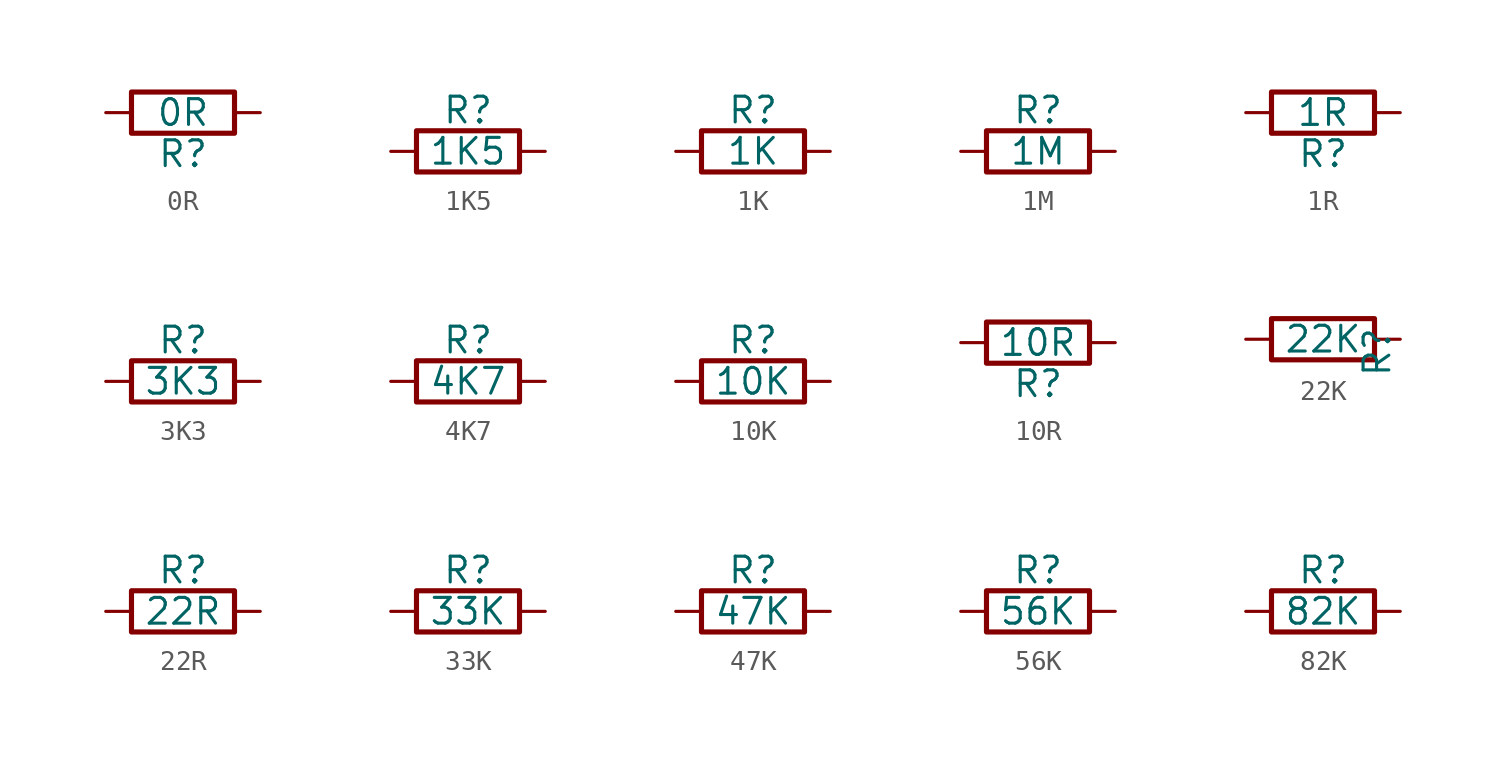
<source format=kicad_sym>
(kicad_symbol_lib
  (version 20211014)
  (generator kicad_symbol_editor)
  (symbol "0R"
    (pin_numbers hide)
    (pin_names
      (offset 0))
    (property "Reference" "R"
      (at 0 -2.032 0)
      (effects (font (size 1.27 1.27))))
    (property "Value" "0R"
      (at 0 0 0)
      (effects (font (size 1.27 1.27))))
    (symbol "0R_0_1"
      (rectangle (start -2.54 1.016) (end 2.54 -1.016) (stroke (width 0.254) (type default) (color 0 0 0 0)) (fill (type none))))
    (symbol "0R_1_1"
      (pin passive line (at 3.81 0 180) (length 1.27) (name "~" (effects (font (size 1.27 1.27)))) (number "1" (effects (font (size 1.27 1.27)))))
      (pin passive line (at -3.81 0 0) (length 1.27) (name "~" (effects (font (size 1.27 1.27)))) (number "2" (effects (font (size 1.27 1.27)))))))
  (symbol "1K5"
    (pin_numbers hide)
    (pin_names
      (offset 0))
    (property "Reference" "R"
      (at 0 2.032 0)
      (effects (font (size 1.27 1.27))))
    (property "Value" "1K5"
      (at 0 0 0)
      (effects (font (size 1.27 1.27))))
    (property "Feeder" ""
      (at 0 0 0)
      (effects (font (size 1.27 1.27))))
    (symbol "1K5_0_1"
      (rectangle (start 2.54 -1.016) (end -2.54 1.016) (stroke (width 0.254) (type default) (color 0 0 0 0)) (fill (type none))))
    (symbol "1K5_1_1"
      (pin passive line (at -3.81 0 0) (length 1.27) (name "~" (effects (font (size 1.27 1.27)))) (number "1" (effects (font (size 1.27 1.27)))))
      (pin passive line (at 3.81 0 180) (length 1.27) (name "~" (effects (font (size 1.27 1.27)))) (number "2" (effects (font (size 1.27 1.27)))))))
  (symbol "1K"
    (pin_numbers hide)
    (pin_names
      (offset 0))
    (property "Reference" "R"
      (at 0 2.032 0)
      (effects (font (size 1.27 1.27))))
    (property "Value" "1K"
      (at 0 0 0)
      (effects (font (size 1.27 1.27))))
    (property "Feeder" ""
      (at 0 0 0)
      (effects (font (size 1.27 1.27))))
    (symbol "1K_0_1"
      (rectangle (start 2.54 -1.016) (end -2.54 1.016) (stroke (width 0.254) (type default) (color 0 0 0 0)) (fill (type none))))
    (symbol "1K_1_1"
      (pin passive line (at -3.81 0 0) (length 1.27) (name "~" (effects (font (size 1.27 1.27)))) (number "1" (effects (font (size 1.27 1.27)))))
      (pin passive line (at 3.81 0 180) (length 1.27) (name "~" (effects (font (size 1.27 1.27)))) (number "2" (effects (font (size 1.27 1.27)))))))
  (symbol "1M"
    (pin_numbers hide)
    (pin_names
      (offset 0))
    (property "Reference" "R"
      (at 0 2.032 0)
      (effects (font (size 1.27 1.27))))
    (property "Value" "1M"
      (at 0 0 0)
      (effects (font (size 1.27 1.27))))
    (property "Feeder" ""
      (at 0 0 0)
      (effects (font (size 1.27 1.27))))
    (symbol "1M_0_1"
      (rectangle (start 2.54 -1.016) (end -2.54 1.016) (stroke (width 0.254) (type default) (color 0 0 0 0)) (fill (type none))))
    (symbol "1M_1_1"
      (pin passive line (at -3.81 0 0) (length 1.27) (name "~" (effects (font (size 1.27 1.27)))) (number "1" (effects (font (size 1.27 1.27)))))
      (pin passive line (at 3.81 0 180) (length 1.27) (name "~" (effects (font (size 1.27 1.27)))) (number "2" (effects (font (size 1.27 1.27)))))))
  (symbol "1R"
    (pin_numbers hide)
    (pin_names
      (offset 0))
    (property "Reference" "R"
      (at 0 -2.032 0)
      (effects (font (size 1.27 1.27))))
    (property "Value" "1R"
      (at 0 0 0)
      (effects (font (size 1.27 1.27))))
    (symbol "1R_0_1"
      (rectangle (start -2.54 1.016) (end 2.54 -1.016) (stroke (width 0.254) (type default) (color 0 0 0 0)) (fill (type none))))
    (symbol "1R_1_1"
      (pin passive line (at 3.81 0 180) (length 1.27) (name "~" (effects (font (size 1.27 1.27)))) (number "1" (effects (font (size 1.27 1.27)))))
      (pin passive line (at -3.81 0 0) (length 1.27) (name "~" (effects (font (size 1.27 1.27)))) (number "2" (effects (font (size 1.27 1.27)))))))
  (symbol "3K3"
    (pin_numbers hide)
    (pin_names
      (offset 0))
    (property "Reference" "R"
      (at 0 2.032 0)
      (effects (font (size 1.27 1.27))))
    (property "Value" "3K3"
      (at 0 0 0)
      (effects (font (size 1.27 1.27))))
    (property "Feeder" ""
      (at 0 0 0)
      (effects (font (size 1.27 1.27))))
    (symbol "3K3_0_1"
      (rectangle (start 2.54 -1.016) (end -2.54 1.016) (stroke (width 0.254) (type default) (color 0 0 0 0)) (fill (type none))))
    (symbol "3K3_1_1"
      (pin passive line (at -3.81 0 0) (length 1.27) (name "~" (effects (font (size 1.27 1.27)))) (number "1" (effects (font (size 1.27 1.27)))))
      (pin passive line (at 3.81 0 180) (length 1.27) (name "~" (effects (font (size 1.27 1.27)))) (number "2" (effects (font (size 1.27 1.27)))))))
  (symbol "4K7"
    (pin_numbers hide)
    (pin_names
      (offset 0))
    (property "Reference" "R"
      (at 0 2.032 0)
      (effects (font (size 1.27 1.27))))
    (property "Value" "4K7"
      (at 0 0 0)
      (effects (font (size 1.27 1.27))))
    (property "Feeder" ""
      (at 0 0 0)
      (effects (font (size 1.27 1.27))))
    (symbol "4K7_0_1"
      (rectangle (start 2.54 -1.016) (end -2.54 1.016) (stroke (width 0.254) (type default) (color 0 0 0 0)) (fill (type none))))
    (symbol "4K7_1_1"
      (pin passive line (at -3.81 0 0) (length 1.27) (name "~" (effects (font (size 1.27 1.27)))) (number "1" (effects (font (size 1.27 1.27)))))
      (pin passive line (at 3.81 0 180) (length 1.27) (name "~" (effects (font (size 1.27 1.27)))) (number "2" (effects (font (size 1.27 1.27)))))))
  (symbol "10K"
    (pin_numbers hide)
    (pin_names
      (offset 0))
    (property "Reference" "R"
      (at 0 2.032 0)
      (effects (font (size 1.27 1.27))))
    (property "Value" "10K"
      (at 0 0 0)
      (effects (font (size 1.27 1.27))))
    (symbol "10K_0_1"
      (rectangle (start 2.54 -1.016) (end -2.54 1.016) (stroke (width 0.254) (type default) (color 0 0 0 0)) (fill (type none))))
    (symbol "10K_1_1"
      (pin passive line (at -3.81 0 0) (length 1.27) (name "~" (effects (font (size 1.27 1.27)))) (number "1" (effects (font (size 1.27 1.27)))))
      (pin passive line (at 3.81 0 180) (length 1.27) (name "~" (effects (font (size 1.27 1.27)))) (number "2" (effects (font (size 1.27 1.27)))))))
  (symbol "10R"
    (pin_numbers hide)
    (pin_names
      (offset 0))
    (property "Reference" "R"
      (at 0 -2.032 0)
      (effects (font (size 1.27 1.27))))
    (property "Value" "10R"
      (at 0 0 0)
      (effects (font (size 1.27 1.27))))
    (property "Feeder" ""
      (at 0 0 0)
      (effects (font (size 1.27 1.27))))
    (symbol "10R_0_1"
      (rectangle (start -2.54 1.016) (end 2.54 -1.016) (stroke (width 0.254) (type default) (color 0 0 0 0)) (fill (type none))))
    (symbol "10R_1_1"
      (pin passive line (at 3.81 0 180) (length 1.27) (name "~" (effects (font (size 1.27 1.27)))) (number "1" (effects (font (size 1.27 1.27)))))
      (pin passive line (at -3.81 0 0) (length 1.27) (name "~" (effects (font (size 1.27 1.27)))) (number "2" (effects (font (size 1.27 1.27)))))))
  (symbol "22K"
    (pin_numbers hide)
    (pin_names
      (offset 0))
    (property "Reference" "R"
      (at 2.032 0 90)
      (effects (font (size 1.27 1.27))))
    (property "Value" "22K"
      (at -0.635 0.635 0)
      (effects (font (size 1.27 1.27))))
    (property "Feeder" ""
      (at 0 0 0)
      (effects (font (size 1.27 1.27))))
    (symbol "22K_0_1"
      (rectangle (start 1.905 -0.381) (end -3.175 1.651) (stroke (width 0.254) (type default) (color 0 0 0 0)) (fill (type none))))
    (symbol "22K_1_1"
      (pin passive line (at -4.445 0.635 0) (length 1.27) (name "~" (effects (font (size 1.27 1.27)))) (number "1" (effects (font (size 1.27 1.27)))))
      (pin passive line (at 3.175 0.635 180) (length 1.27) (name "~" (effects (font (size 1.27 1.27)))) (number "2" (effects (font (size 1.27 1.27)))))))
  (symbol "22R"
    (pin_numbers hide)
    (pin_names
      (offset 0))
    (property "Reference" "R"
      (at 0 2.032 0)
      (effects (font (size 1.27 1.27))))
    (property "Value" "22R"
      (at 0 0 0)
      (effects (font (size 1.27 1.27))))
    (property "Feeder" ""
      (at 0 0 0)
      (effects (font (size 1.27 1.27))))
    (symbol "22R_0_1"
      (rectangle (start 2.54 -1.016) (end -2.54 1.016) (stroke (width 0.254) (type default) (color 0 0 0 0)) (fill (type none))))
    (symbol "22R_1_1"
      (pin passive line (at -3.81 0 0) (length 1.27) (name "~" (effects (font (size 1.27 1.27)))) (number "1" (effects (font (size 1.27 1.27)))))
      (pin passive line (at 3.81 0 180) (length 1.27) (name "~" (effects (font (size 1.27 1.27)))) (number "2" (effects (font (size 1.27 1.27)))))))
  (symbol "33K"
    (pin_numbers hide)
    (pin_names
      (offset 0))
    (property "Reference" "R"
      (at 0 2.032 0)
      (effects (font (size 1.27 1.27))))
    (property "Value" "33K"
      (at 0 0 0)
      (effects (font (size 1.27 1.27))))
    (property "Feeder" ""
      (at 0 0 0)
      (effects (font (size 1.27 1.27))))
    (symbol "33K_0_1"
      (rectangle (start 2.54 -1.016) (end -2.54 1.016) (stroke (width 0.254) (type default) (color 0 0 0 0)) (fill (type none))))
    (symbol "33K_1_1"
      (pin passive line (at -3.81 0 0) (length 1.27) (name "~" (effects (font (size 1.27 1.27)))) (number "1" (effects (font (size 1.27 1.27)))))
      (pin passive line (at 3.81 0 180) (length 1.27) (name "~" (effects (font (size 1.27 1.27)))) (number "2" (effects (font (size 1.27 1.27)))))))
  (symbol "47K"
    (pin_numbers hide)
    (pin_names
      (offset 0))
    (property "Reference" "R"
      (at 0 2.032 0)
      (effects (font (size 1.27 1.27))))
    (property "Value" "47K"
      (at 0 0 0)
      (effects (font (size 1.27 1.27))))
    (property "Feeder" ""
      (at 0 0 0)
      (effects (font (size 1.27 1.27))))
    (symbol "47K_0_1"
      (rectangle (start 2.54 -1.016) (end -2.54 1.016) (stroke (width 0.254) (type default) (color 0 0 0 0)) (fill (type none))))
    (symbol "47K_1_1"
      (pin passive line (at -3.81 0 0) (length 1.27) (name "~" (effects (font (size 1.27 1.27)))) (number "1" (effects (font (size 1.27 1.27)))))
      (pin passive line (at 3.81 0 180) (length 1.27) (name "~" (effects (font (size 1.27 1.27)))) (number "2" (effects (font (size 1.27 1.27)))))))
  (symbol "56K"
    (pin_numbers hide)
    (pin_names
      (offset 0))
    (property "Reference" "R"
      (at 0 2.032 0)
      (effects (font (size 1.27 1.27))))
    (property "Value" "56K"
      (at 0 0 0)
      (effects (font (size 1.27 1.27))))
    (property "Feeder" ""
      (at 0 0 0)
      (effects (font (size 1.27 1.27))))
    (symbol "56K_0_1"
      (rectangle (start 2.54 -1.016) (end -2.54 1.016) (stroke (width 0.254) (type default) (color 0 0 0 0)) (fill (type none))))
    (symbol "56K_1_1"
      (pin passive line (at -3.81 0 0) (length 1.27) (name "~" (effects (font (size 1.27 1.27)))) (number "1" (effects (font (size 1.27 1.27)))))
      (pin passive line (at 3.81 0 180) (length 1.27) (name "~" (effects (font (size 1.27 1.27)))) (number "2" (effects (font (size 1.27 1.27)))))))
  (symbol "82K"
    (pin_numbers hide)
    (pin_names
      (offset 0))
    (property "Reference" "R"
      (at 0 2.032 0)
      (effects (font (size 1.27 1.27))))
    (property "Value" "82K"
      (at 0 0 0)
      (effects (font (size 1.27 1.27))))
    (property "Feeder" ""
      (at 0 0 0)
      (effects (font (size 1.27 1.27))))
    (symbol "82K_0_1"
      (rectangle (start 2.54 -1.016) (end -2.54 1.016) (stroke (width 0.254) (type default) (color 0 0 0 0)) (fill (type none))))
    (symbol "82K_1_1"
      (pin passive line (at -3.81 0 0) (length 1.27) (name "~" (effects (font (size 1.27 1.27)))) (number "1" (effects (font (size 1.27 1.27)))))
      (pin passive line (at 3.81 0 180) (length 1.27) (name "~" (effects (font (size 1.27 1.27)))) (number "2" (effects (font (size 1.27 1.27))))))))
</source>
